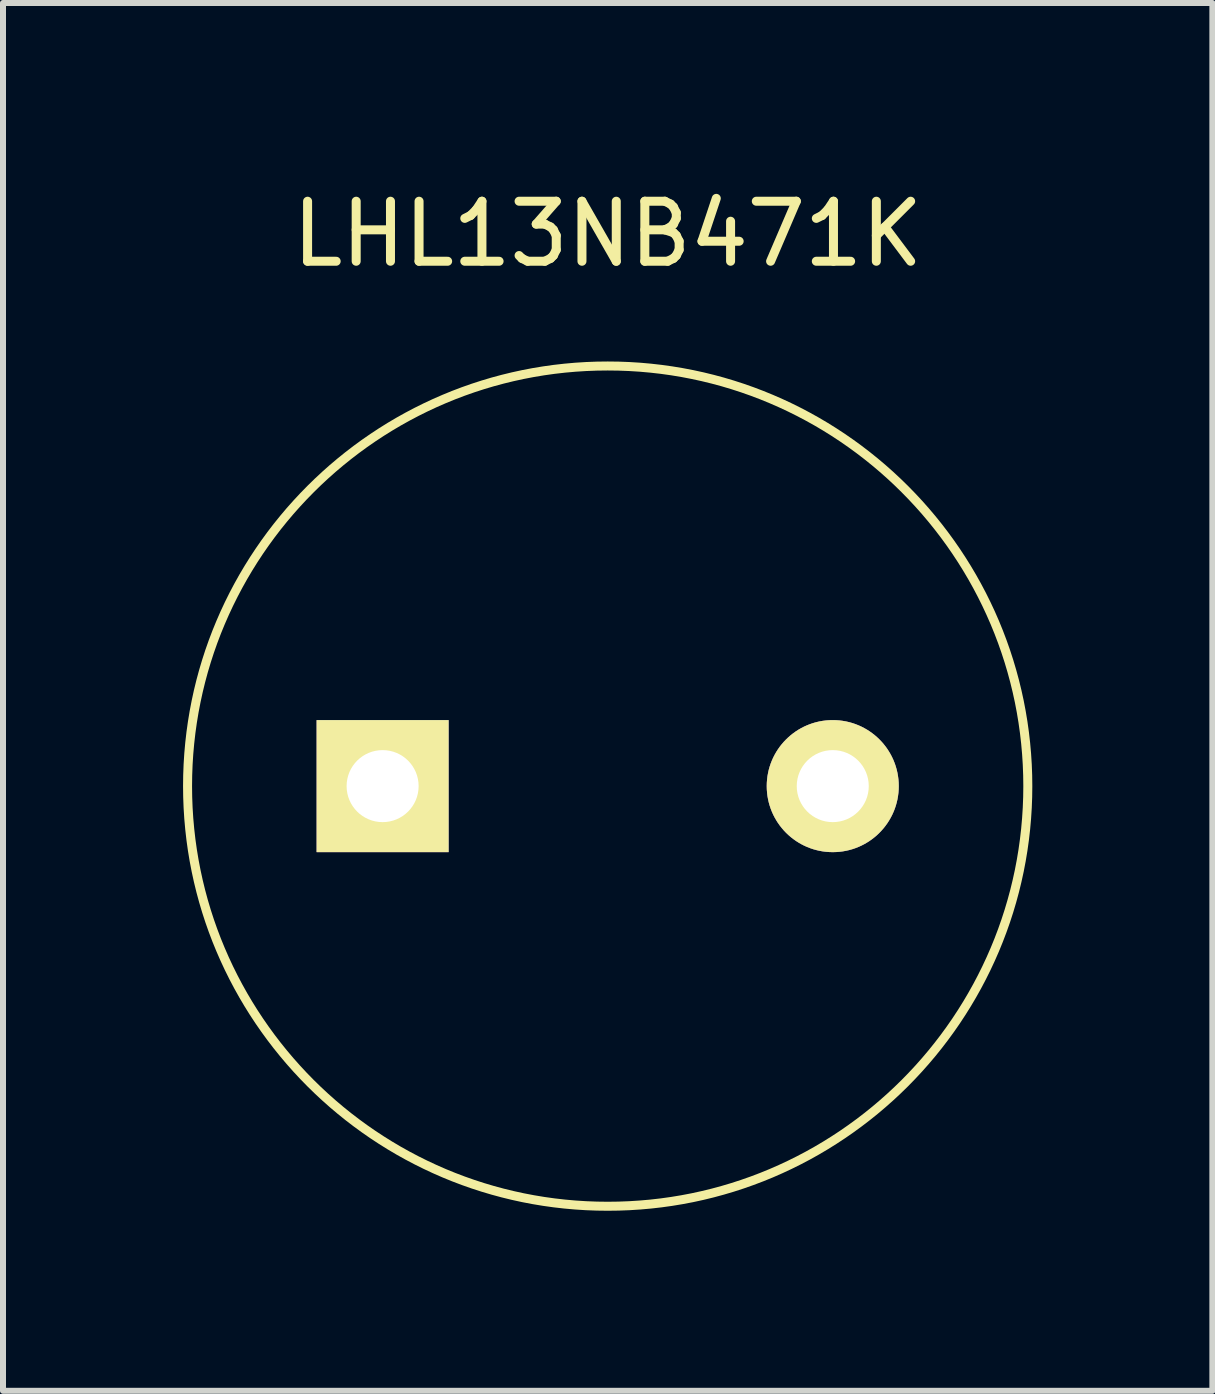
<source format=kicad_pcb>
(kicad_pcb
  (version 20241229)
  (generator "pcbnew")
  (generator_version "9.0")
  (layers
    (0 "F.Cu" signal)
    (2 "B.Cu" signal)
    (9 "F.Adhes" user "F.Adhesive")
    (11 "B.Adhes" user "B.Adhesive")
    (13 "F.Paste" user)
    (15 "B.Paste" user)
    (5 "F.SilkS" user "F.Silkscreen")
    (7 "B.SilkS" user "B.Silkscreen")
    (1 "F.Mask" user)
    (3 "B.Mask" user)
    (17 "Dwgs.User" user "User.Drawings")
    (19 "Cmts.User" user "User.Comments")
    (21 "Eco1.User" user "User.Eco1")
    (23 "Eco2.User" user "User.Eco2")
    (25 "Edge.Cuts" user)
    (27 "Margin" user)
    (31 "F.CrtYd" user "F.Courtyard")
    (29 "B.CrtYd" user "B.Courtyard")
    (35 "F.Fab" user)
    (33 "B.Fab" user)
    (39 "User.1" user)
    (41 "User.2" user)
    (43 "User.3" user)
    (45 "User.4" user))
  (footprint "LHL13NB471K"
    (layer "F.Cu")
    (at 3.325 10.048)
    (property "Reference" "LHL13NB471K" (at 3.75 -9.2 0) (layer "F.SilkS") (effects (font (size 1 1) (thickness 0.15))))
    (attr through_hole)
    (fp_circle (center 3.75 0) (end 3.75 -7) (stroke (width 0.15) (type solid)) (fill no) (layer "F.SilkS"))
    (pad "1" thru_hole rect (at 0 0) (size 2.2 2.2) (drill 1.2) (layers "*.Cu" "*.Mask" "F.SilkS"))
    (pad "2" thru_hole circle (at 7.5 0) (size 2.2 2.2) (drill 1.2) (layers "*.Cu" "*.Mask" "F.SilkS")))
  (gr_rect
    (start -3 -3)
    (end 17.15 20.123)
    (stroke (width 0.1) (type default))
    (fill no)
    (layer "Edge.Cuts")))
</source>
